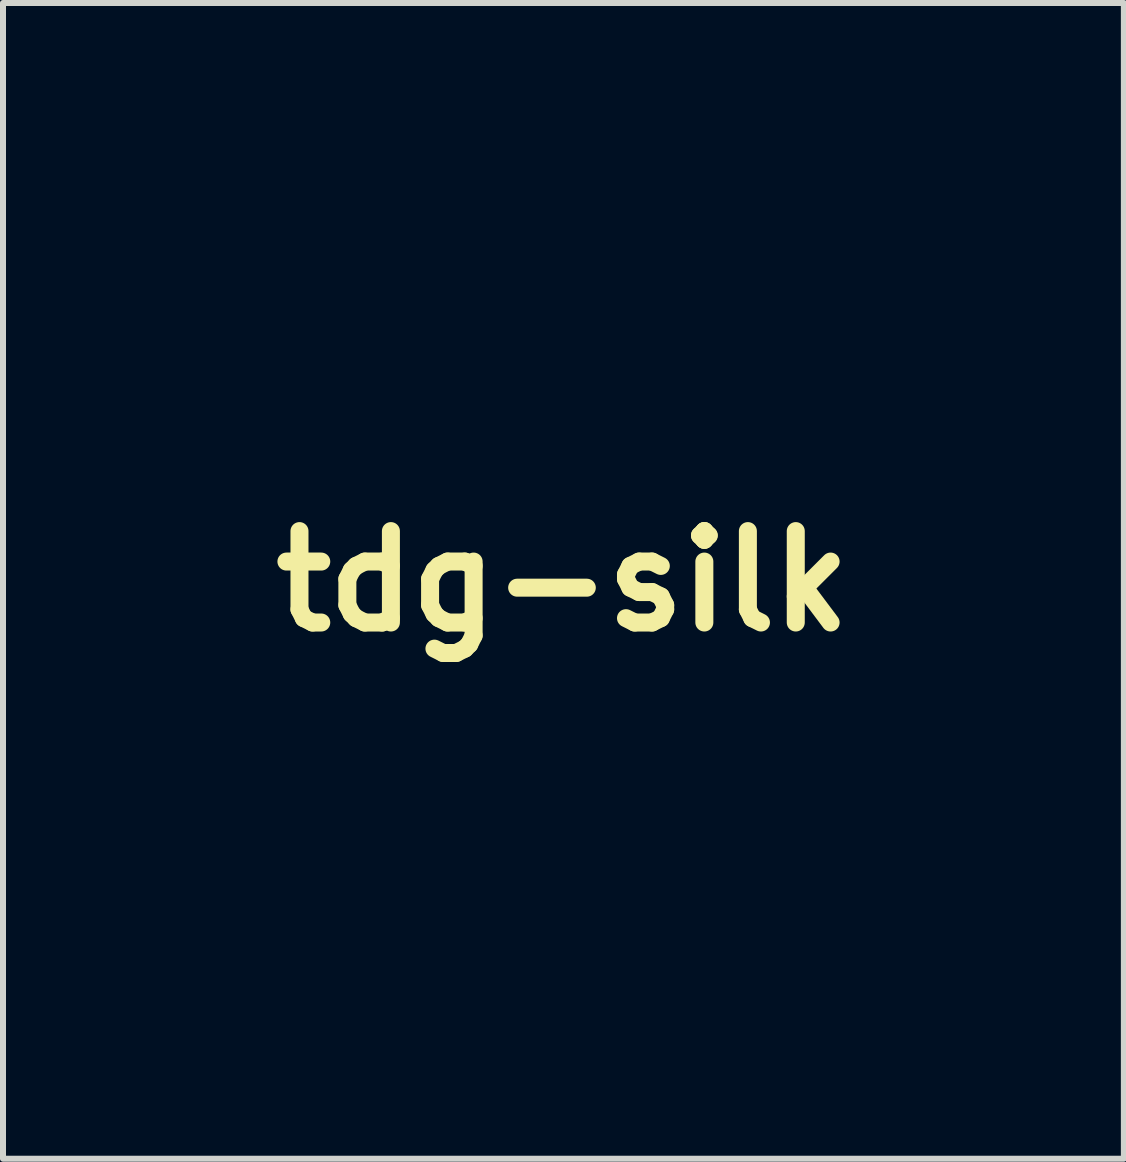
<source format=kicad_pcb>
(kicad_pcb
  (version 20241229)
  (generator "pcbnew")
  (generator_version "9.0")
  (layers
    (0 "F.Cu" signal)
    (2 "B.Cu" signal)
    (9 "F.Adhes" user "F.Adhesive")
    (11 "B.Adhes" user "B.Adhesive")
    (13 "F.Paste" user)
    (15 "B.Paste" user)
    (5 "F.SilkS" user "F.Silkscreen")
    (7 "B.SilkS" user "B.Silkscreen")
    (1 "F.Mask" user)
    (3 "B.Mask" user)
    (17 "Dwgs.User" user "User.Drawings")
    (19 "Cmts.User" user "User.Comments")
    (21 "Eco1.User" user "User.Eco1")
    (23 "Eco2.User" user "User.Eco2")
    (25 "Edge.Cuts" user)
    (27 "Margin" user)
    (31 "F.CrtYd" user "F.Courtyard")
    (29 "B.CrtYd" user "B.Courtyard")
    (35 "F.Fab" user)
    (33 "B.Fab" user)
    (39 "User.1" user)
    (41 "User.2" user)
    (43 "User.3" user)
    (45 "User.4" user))
  (footprint "tdg-silk"
    (layer "F.Cu")
    (at 6.333 6.638)
    (property "Reference" "tdg-silk" (at 0 0 0) (layer "F.SilkS") (effects (font (size 1.524 1.524) (thickness 0.3))))
    (attr through_hole)
    (fp_poly (pts (xy -4.306 -0.351) (xy -4.215 -0.318) (xy -4.148 -0.251) (xy -4.133 -0.227) (xy -4.116 -0.187) (xy -4.105 -0.136) (xy -4.1 -0.065) (xy -4.099 0.035) (xy -4.099 0.077) (xy -4.105 0.252) (xy -4.117 0.459) (xy -4.134 0.693) (xy -4.156 0.948) (xy -4.182 1.221) (xy -4.212 1.506) (xy -4.245 1.798) (xy -4.28 2.092) (xy -4.316 2.384) (xy -4.354 2.667) (xy -4.393 2.939) (xy -4.432 3.192) (xy -4.469 3.424) (xy -4.506 3.628) (xy -4.541 3.799) (xy -4.573 3.933) (xy -4.632 4.108) (xy -4.706 4.251) (xy -4.792 4.36) (xy -4.888 4.431) (xy -4.917 4.444) (xy -5.013 4.463) (xy -5.123 4.461) (xy -5.228 4.439) (xy -5.26 4.426) (xy -5.342 4.374) (xy -5.433 4.291) (xy -5.525 4.186) (xy -5.61 4.067) (xy -5.645 4.011) (xy -5.747 3.828) (xy -5.852 3.622) (xy -5.957 3.404) (xy -6.057 3.183) (xy -6.147 2.97) (xy -6.223 2.773) (xy -6.276 2.621) (xy -6.309 2.505) (xy -6.315 2.466) (xy -5.63 2.466) (xy -5.624 2.59) (xy -5.6 2.677) (xy -5.568 2.743) (xy -5.521 2.821) (xy -5.466 2.905) (xy -5.408 2.985) (xy -5.353 3.055) (xy -5.307 3.107) (xy -5.275 3.132) (xy -5.27 3.133) (xy -5.246 3.119) (xy -5.223 3.096) (xy -5.194 3.053) (xy -5.172 2.997) (xy -5.155 2.92) (xy -5.145 2.819) (xy -5.138 2.687) (xy -5.136 2.52) (xy -5.136 2.455) (xy -5.138 2.28) (xy -5.143 2.135) (xy -5.151 2.011) (xy -5.165 1.897) (xy -5.181 1.791) (xy -5.2 1.691) (xy -5.219 1.607) (xy -5.235 1.546) (xy -5.246 1.519) (xy -5.263 1.518) (xy -5.287 1.545) (xy -5.32 1.603) (xy -5.362 1.695) (xy -5.416 1.823) (xy -5.438 1.877) (xy -5.479 1.981) (xy -5.522 2.086) (xy -5.56 2.177) (xy -5.575 2.212) (xy -5.613 2.335) (xy -5.63 2.466) (xy -6.315 2.466) (xy -6.327 2.403) (xy -6.328 2.308) (xy -6.312 2.211) (xy -6.276 2.105) (xy -6.219 1.983) (xy -6.139 1.837) (xy -6.11 1.786) (xy -5.95 1.469) (xy -5.818 1.13) (xy -5.719 0.778) (xy -5.657 0.427) (xy -5.652 0.383) (xy -5.632 0.239) (xy -5.608 0.13) (xy -5.578 0.05) (xy -5.538 -0.006) (xy -5.493 -0.042) (xy -5.449 -0.062) (xy -5.371 -0.091) (xy -5.267 -0.125) (xy -5.144 -0.163) (xy -5.011 -0.203) (xy -4.874 -0.242) (xy -4.741 -0.279) (xy -4.62 -0.31) (xy -4.518 -0.334) (xy -4.443 -0.349) (xy -4.423 -0.352) (xy -4.306 -0.351)) (stroke (width 0.01) (type solid)) (fill yes) (layer "F.Mask"))
    (fp_poly (pts (xy -2.819 -6.05) (xy -2.772 -6.044) (xy -2.748 -6.028) (xy -2.738 -5.99) (xy -2.735 -5.942) (xy -2.737 -5.889) (xy -2.748 -5.81) (xy -2.771 -5.702) (xy -2.804 -5.562) (xy -2.85 -5.386) (xy -2.854 -5.371) (xy -2.898 -5.208) (xy -2.943 -5.033) (xy -2.988 -4.858) (xy -3.028 -4.697) (xy -3.061 -4.562) (xy -3.064 -4.551) (xy -3.103 -4.391) (xy -3.136 -4.267) (xy -3.165 -4.175) (xy -3.191 -4.108) (xy -3.216 -4.063) (xy -3.243 -4.034) (xy -3.271 -4.017) (xy -3.313 -4.004) (xy -3.354 -4.01) (xy -3.409 -4.038) (xy -3.497 -4.077) (xy -3.568 -4.079) (xy -3.627 -4.046) (xy -3.636 -4.038) (xy -3.662 -4.006) (xy -3.684 -3.969) (xy -3.703 -3.921) (xy -3.722 -3.854) (xy -3.742 -3.764) (xy -3.764 -3.644) (xy -3.788 -3.505) (xy -3.849 -3.129) (xy -3.897 -2.788) (xy -3.933 -2.476) (xy -3.956 -2.189) (xy -3.968 -1.921) (xy -3.968 -1.668) (xy -3.958 -1.423) (xy -3.957 -1.412) (xy -3.948 -1.248) (xy -3.945 -1.119) (xy -3.95 -1.02) (xy -3.964 -0.944) (xy -3.988 -0.885) (xy -4.022 -0.837) (xy -4.064 -0.797) (xy -4.099 -0.777) (xy -4.167 -0.744) (xy -4.263 -0.701) (xy -4.381 -0.65) (xy -4.516 -0.593) (xy -4.663 -0.533) (xy -4.815 -0.471) (xy -4.967 -0.41) (xy -5.114 -0.353) (xy -5.25 -0.3) (xy -5.37 -0.256) (xy -5.467 -0.221) (xy -5.537 -0.199) (xy -5.573 -0.191) (xy -5.573 -0.191) (xy -5.631 -0.205) (xy -5.673 -0.233) (xy -5.701 -0.269) (xy -5.711 -0.31) (xy -5.703 -0.363) (xy -5.674 -0.437) (xy -5.631 -0.528) (xy -5.513 -0.778) (xy -5.393 -1.058) (xy -5.277 -1.359) (xy -5.166 -1.667) (xy -5.067 -1.973) (xy -4.982 -2.266) (xy -4.944 -2.413) (xy -4.915 -2.54) (xy -4.885 -2.677) (xy -4.856 -2.817) (xy -4.83 -2.953) (xy -4.807 -3.078) (xy -4.79 -3.187) (xy -4.778 -3.273) (xy -4.773 -3.329) (xy -4.775 -3.347) (xy -4.799 -3.364) (xy -4.841 -3.356) (xy -4.906 -3.321) (xy -4.95 -3.291) (xy -5.049 -3.235) (xy -5.132 -3.216) (xy -5.203 -3.235) (xy -5.258 -3.282) (xy -5.289 -3.33) (xy -5.307 -3.385) (xy -5.31 -3.454) (xy -5.299 -3.543) (xy -5.273 -3.66) (xy -5.238 -3.79) (xy -5.191 -3.955) (xy -5.149 -4.09) (xy -5.108 -4.205) (xy -5.066 -4.31) (xy -5.018 -4.415) (xy -4.971 -4.509) (xy -4.89 -4.655) (xy -4.797 -4.792) (xy -4.688 -4.922) (xy -4.561 -5.048) (xy -4.41 -5.176) (xy -4.233 -5.306) (xy -4.026 -5.444) (xy -3.784 -5.591) (xy -3.658 -5.665) (xy -3.456 -5.778) (xy -3.276 -5.874) (xy -3.12 -5.95) (xy -2.992 -6.005) (xy -2.893 -6.039) (xy -2.825 -6.05) (xy -2.819 -6.05)) (stroke (width 0.01) (type solid)) (fill yes) (layer "F.Mask"))
    (fp_poly (pts (xy -1.164 -6.624) (xy -1.025 -6.61) (xy -0.909 -6.583) (xy -0.862 -6.564) (xy -0.728 -6.476) (xy -0.609 -6.352) (xy -0.511 -6.198) (xy -0.435 -6.019) (xy -0.394 -5.863) (xy -0.37 -5.712) (xy -0.354 -5.536) (xy -0.345 -5.332) (xy -0.345 -5.1) (xy -0.353 -4.835) (xy -0.369 -4.537) (xy -0.393 -4.203) (xy -0.426 -3.829) (xy -0.436 -3.725) (xy -0.457 -3.478) (xy -0.475 -3.224) (xy -0.489 -2.968) (xy -0.499 -2.719) (xy -0.504 -2.481) (xy -0.506 -2.262) (xy -0.502 -2.069) (xy -0.495 -1.908) (xy -0.489 -1.842) (xy -0.474 -1.715) (xy -0.454 -1.569) (xy -0.433 -1.425) (xy -0.42 -1.346) (xy -0.395 -1.165) (xy -0.387 -1.015) (xy -0.396 -0.888) (xy -0.424 -0.777) (xy -0.443 -0.729) (xy -0.501 -0.62) (xy -0.57 -0.539) (xy -0.657 -0.484) (xy -0.768 -0.45) (xy -0.911 -0.433) (xy -0.974 -0.43) (xy -1.03 -0.429) (xy -1.085 -0.43) (xy -1.141 -0.433) (xy -1.205 -0.439) (xy -1.28 -0.449) (xy -1.371 -0.464) (xy -1.484 -0.484) (xy -1.622 -0.51) (xy -1.79 -0.542) (xy -1.992 -0.582) (xy -2.094 -0.603) (xy -2.345 -0.653) (xy -2.556 -0.697) (xy -2.729 -0.734) (xy -2.867 -0.766) (xy -2.972 -0.792) (xy -3.045 -0.814) (xy -3.088 -0.831) (xy -3.089 -0.831) (xy -3.16 -0.875) (xy -3.217 -0.928) (xy -3.259 -0.995) (xy -3.29 -1.081) (xy -3.309 -1.191) (xy -3.318 -1.33) (xy -3.319 -1.502) (xy -3.316 -1.651) (xy -3.31 -1.769) (xy -2.209 -1.769) (xy -2.189 -1.617) (xy -2.15 -1.505) (xy -2.088 -1.423) (xy -2.009 -1.372) (xy -1.922 -1.355) (xy -1.835 -1.375) (xy -1.806 -1.391) (xy -1.775 -1.414) (xy -1.75 -1.441) (xy -1.73 -1.477) (xy -1.716 -1.527) (xy -1.706 -1.595) (xy -1.699 -1.686) (xy -1.696 -1.806) (xy -1.694 -1.958) (xy -1.694 -2.142) (xy -1.696 -2.424) (xy -1.702 -2.665) (xy -1.712 -2.865) (xy -1.726 -3.025) (xy -1.743 -3.145) (xy -1.765 -3.228) (xy -1.791 -3.272) (xy -1.812 -3.281) (xy -1.838 -3.261) (xy -1.872 -3.207) (xy -1.912 -3.124) (xy -1.956 -3.018) (xy -2.001 -2.896) (xy -2.045 -2.763) (xy -2.086 -2.626) (xy -2.121 -2.491) (xy -2.136 -2.427) (xy -2.182 -2.175) (xy -2.207 -1.956) (xy -2.209 -1.769) (xy -3.31 -1.769) (xy -3.304 -1.906) (xy -3.284 -2.17) (xy -3.255 -2.445) (xy -3.218 -2.735) (xy -3.171 -3.044) (xy -3.113 -3.375) (xy -3.045 -3.732) (xy -2.966 -4.12) (xy -2.874 -4.54) (xy -2.783 -4.944) (xy -2.726 -5.186) (xy -2.676 -5.39) (xy -2.63 -5.562) (xy -2.587 -5.705) (xy -2.545 -5.825) (xy -2.502 -5.925) (xy -2.457 -6.01) (xy -2.408 -6.085) (xy -2.352 -6.154) (xy -2.29 -6.222) (xy -2.286 -6.225) (xy -2.126 -6.359) (xy -1.933 -6.47) (xy -1.714 -6.556) (xy -1.611 -6.585) (xy -1.469 -6.612) (xy -1.316 -6.624) (xy -1.164 -6.624)) (stroke (width 0.01) (type solid)) (fill yes) (layer "F.Mask"))
    (fp_poly (pts (xy 2.59 0.579) (xy 2.807 0.618) (xy 2.992 0.683) (xy 3.143 0.773) (xy 3.263 0.889) (xy 3.341 1.01) (xy 3.372 1.079) (xy 3.395 1.154) (xy 3.411 1.241) (xy 3.42 1.346) (xy 3.424 1.476) (xy 3.423 1.637) (xy 3.419 1.776) (xy 3.414 1.949) (xy 3.414 2.099) (xy 3.421 2.232) (xy 3.435 2.355) (xy 3.459 2.475) (xy 3.494 2.598) (xy 3.542 2.732) (xy 3.605 2.884) (xy 3.684 3.059) (xy 3.778 3.26) (xy 3.886 3.492) (xy 3.972 3.695) (xy 4.039 3.872) (xy 4.089 4.031) (xy 4.122 4.176) (xy 4.14 4.312) (xy 4.146 4.446) (xy 4.143 4.539) (xy 4.118 4.741) (xy 4.061 4.923) (xy 3.971 5.09) (xy 3.844 5.251) (xy 3.776 5.321) (xy 3.722 5.372) (xy 3.662 5.422) (xy 3.592 5.475) (xy 3.508 5.534) (xy 3.406 5.601) (xy 3.282 5.678) (xy 3.133 5.769) (xy 2.954 5.875) (xy 2.776 5.979) (xy 2.615 6.073) (xy 2.486 6.147) (xy 2.383 6.204) (xy 2.304 6.245) (xy 2.243 6.273) (xy 2.195 6.29) (xy 2.157 6.299) (xy 2.141 6.301) (xy 2.054 6.298) (xy 1.988 6.278) (xy 1.931 6.223) (xy 1.888 6.137) (xy 1.862 6.028) (xy 1.857 5.969) (xy 1.857 5.907) (xy 1.861 5.814) (xy 1.867 5.699) (xy 1.876 5.574) (xy 1.882 5.504) (xy 1.894 5.326) (xy 1.903 5.145) (xy 1.906 4.955) (xy 1.904 4.754) (xy 1.897 4.538) (xy 1.884 4.302) (xy 1.866 4.043) (xy 1.863 4.005) (xy 2.489 4.005) (xy 2.491 4.144) (xy 2.513 4.253) (xy 2.557 4.335) (xy 2.623 4.393) (xy 2.629 4.396) (xy 2.702 4.418) (xy 2.792 4.415) (xy 2.884 4.39) (xy 2.952 4.352) (xy 3.04 4.259) (xy 3.103 4.137) (xy 3.14 3.992) (xy 3.149 3.831) (xy 3.129 3.66) (xy 3.124 3.638) (xy 3.079 3.476) (xy 3.015 3.304) (xy 2.94 3.142) (xy 2.872 3.021) (xy 2.813 2.942) (xy 2.759 2.903) (xy 2.705 2.903) (xy 2.648 2.94) (xy 2.625 2.962) (xy 2.592 3.005) (xy 2.569 3.057) (xy 2.553 3.124) (xy 2.544 3.216) (xy 2.54 3.339) (xy 2.54 3.397) (xy 2.536 3.518) (xy 2.526 3.656) (xy 2.513 3.788) (xy 2.507 3.831) (xy 2.489 4.005) (xy 1.863 4.005) (xy 1.842 3.757) (xy 1.812 3.439) (xy 1.776 3.086) (xy 1.745 2.805) (xy 1.725 2.619) (xy 1.706 2.428) (xy 1.688 2.241) (xy 1.673 2.067) (xy 1.661 1.915) (xy 1.653 1.794) (xy 1.652 1.774) (xy 1.642 1.625) (xy 1.632 1.509) (xy 1.619 1.415) (xy 1.602 1.333) (xy 1.58 1.254) (xy 1.578 1.249) (xy 1.539 1.086) (xy 1.529 0.944) (xy 1.548 0.826) (xy 1.596 0.735) (xy 1.673 0.673) (xy 1.681 0.669) (xy 1.828 0.617) (xy 2.012 0.583) (xy 2.231 0.567) (xy 2.339 0.566) (xy 2.59 0.579)) (stroke (width 0.01) (type solid)) (fill yes) (layer "F.Mask"))
    (fp_poly (pts (xy -0.255 -0.133) (xy -0.089 -0.107) (xy -0.032 -0.096) (xy 0.131 -0.047) (xy 0.304 0.029) (xy 0.479 0.125) (xy 0.648 0.238) (xy 0.806 0.362) (xy 0.944 0.492) (xy 1.055 0.621) (xy 1.126 0.737) (xy 1.167 0.839) (xy 1.188 0.949) (xy 1.191 1.074) (xy 1.174 1.221) (xy 1.139 1.397) (xy 1.136 1.408) (xy 1.094 1.603) (xy 1.065 1.778) (xy 1.047 1.946) (xy 1.04 2.123) (xy 1.042 2.323) (xy 1.044 2.381) (xy 1.051 2.545) (xy 1.063 2.702) (xy 1.08 2.858) (xy 1.103 3.019) (xy 1.133 3.189) (xy 1.172 3.375) (xy 1.221 3.58) (xy 1.279 3.812) (xy 1.349 4.075) (xy 1.407 4.286) (xy 1.481 4.555) (xy 1.543 4.787) (xy 1.594 4.986) (xy 1.635 5.156) (xy 1.667 5.299) (xy 1.691 5.421) (xy 1.707 5.523) (xy 1.712 5.564) (xy 1.722 5.78) (xy 1.7 5.968) (xy 1.646 6.129) (xy 1.56 6.263) (xy 1.441 6.371) (xy 1.289 6.454) (xy 1.112 6.509) (xy 1.053 6.519) (xy 0.96 6.531) (xy 0.838 6.544) (xy 0.695 6.558) (xy 0.538 6.571) (xy 0.373 6.584) (xy 0.209 6.597) (xy 0.052 6.607) (xy -0.091 6.615) (xy -0.213 6.621) (xy -0.307 6.623) (xy -0.328 6.623) (xy -0.421 6.618) (xy -0.512 6.606) (xy -0.572 6.593) (xy -0.666 6.554) (xy -0.749 6.497) (xy -0.824 6.419) (xy -0.891 6.317) (xy -0.951 6.188) (xy -1.007 6.028) (xy -1.059 5.836) (xy -1.109 5.608) (xy -1.158 5.341) (xy -1.164 5.302) (xy -1.209 5.021) (xy -1.243 4.769) (xy -1.255 4.663) (xy -0.272 4.663) (xy -0.265 4.769) (xy -0.243 4.849) (xy -0.205 4.905) (xy -0.164 4.935) (xy -0.111 4.956) (xy -0.032 4.977) (xy 0.059 4.996) (xy 0.147 5.01) (xy 0.204 5.014) (xy 0.265 5.003) (xy 0.324 4.961) (xy 0.336 4.949) (xy 0.407 4.861) (xy 0.457 4.758) (xy 0.49 4.636) (xy 0.504 4.488) (xy 0.502 4.31) (xy 0.488 4.136) (xy 0.472 3.999) (xy 0.453 3.858) (xy 0.432 3.722) (xy 0.41 3.598) (xy 0.389 3.493) (xy 0.37 3.417) (xy 0.356 3.379) (xy 0.331 3.344) (xy 0.284 3.289) (xy 0.224 3.222) (xy 0.189 3.186) (xy 0.109 3.096) (xy 0.043 3.008) (xy 0.001 2.934) (xy -0.000178 2.932) (xy -0.046 2.826) (xy -0.086 2.876) (xy -0.116 2.934) (xy -0.127 2.992) (xy -0.129 3.052) (xy -0.135 3.147) (xy -0.143 3.27) (xy -0.154 3.412) (xy -0.167 3.567) (xy -0.181 3.727) (xy -0.195 3.885) (xy -0.208 4.033) (xy -0.221 4.164) (xy -0.233 4.27) (xy -0.242 4.345) (xy -0.243 4.35) (xy -0.265 4.524) (xy -0.272 4.663) (xy -1.255 4.663) (xy -1.269 4.532) (xy -1.288 4.299) (xy -1.301 4.057) (xy -1.305 3.916) (xy -1.309 3.767) (xy -1.309 3.634) (xy -1.306 3.512) (xy -1.298 3.394) (xy -1.285 3.273) (xy -1.266 3.142) (xy -1.24 2.996) (xy -1.206 2.826) (xy -1.164 2.628) (xy -1.121 2.434) (xy -1.067 2.185) (xy -1.024 1.971) (xy -0.992 1.789) (xy -0.971 1.635) (xy -0.961 1.503) (xy -0.961 1.39) (xy -0.971 1.291) (xy -0.991 1.201) (xy -1.02 1.116) (xy -1.037 1.076) (xy -1.068 0.975) (xy -1.077 0.859) (xy -1.062 0.724) (xy -1.024 0.567) (xy -0.96 0.382) (xy -0.887 0.204) (xy -0.834 0.09) (xy -0.788 0.009) (xy -0.742 -0.048) (xy -0.689 -0.088) (xy -0.622 -0.118) (xy -0.621 -0.119) (xy -0.528 -0.139) (xy -0.404 -0.144) (xy -0.255 -0.133)) (stroke (width 0.01) (type solid)) (fill yes) (layer "F.Mask"))
    (fp_poly (pts (xy 2.926 -5.795) (xy 3.075 -5.74) (xy 3.125 -5.717) (xy 3.495 -5.518) (xy 3.854 -5.281) (xy 4.198 -5.009) (xy 4.498 -4.731) (xy 4.678 -4.546) (xy 4.824 -4.38) (xy 4.938 -4.232) (xy 5.024 -4.099) (xy 5.081 -3.976) (xy 5.114 -3.862) (xy 5.122 -3.765) (xy 5.115 -3.671) (xy 5.091 -3.607) (xy 5.044 -3.562) (xy 5.017 -3.546) (xy 4.955 -3.522) (xy 4.888 -3.517) (xy 4.809 -3.531) (xy 4.709 -3.567) (xy 4.608 -3.612) (xy 4.513 -3.655) (xy 4.444 -3.683) (xy 4.39 -3.698) (xy 4.342 -3.702) (xy 4.289 -3.698) (xy 4.284 -3.698) (xy 4.156 -3.67) (xy 4.049 -3.618) (xy 3.966 -3.546) (xy 3.915 -3.46) (xy 3.9 -3.364) (xy 3.901 -3.348) (xy 3.922 -3.258) (xy 3.962 -3.159) (xy 4.017 -3.056) (xy 4.081 -2.959) (xy 4.148 -2.876) (xy 4.215 -2.812) (xy 4.274 -2.777) (xy 4.299 -2.773) (xy 4.348 -2.782) (xy 4.405 -2.811) (xy 4.478 -2.865) (xy 4.535 -2.914) (xy 4.616 -2.97) (xy 4.691 -2.987) (xy 4.766 -2.964) (xy 4.847 -2.901) (xy 4.855 -2.893) (xy 4.933 -2.799) (xy 5.003 -2.682) (xy 5.064 -2.552) (xy 5.111 -2.417) (xy 5.143 -2.287) (xy 5.155 -2.169) (xy 5.145 -2.074) (xy 5.137 -2.049) (xy 5.107 -1.998) (xy 5.065 -1.967) (xy 5.004 -1.956) (xy 4.917 -1.963) (xy 4.798 -1.988) (xy 4.795 -1.988) (xy 4.678 -2.014) (xy 4.594 -2.028) (xy 4.535 -2.028) (xy 4.491 -2.016) (xy 4.456 -1.989) (xy 4.438 -1.969) (xy 4.404 -1.911) (xy 4.371 -1.825) (xy 4.343 -1.725) (xy 4.324 -1.625) (xy 4.318 -1.545) (xy 4.337 -1.443) (xy 4.391 -1.361) (xy 4.48 -1.301) (xy 4.602 -1.264) (xy 4.689 -1.253) (xy 4.873 -1.262) (xy 5.05 -1.309) (xy 5.213 -1.39) (xy 5.359 -1.502) (xy 5.483 -1.64) (xy 5.579 -1.801) (xy 5.642 -1.981) (xy 5.651 -2.021) (xy 5.684 -2.139) (xy 5.727 -2.217) (xy 5.781 -2.255) (xy 5.849 -2.256) (xy 5.903 -2.234) (xy 5.938 -2.213) (xy 5.968 -2.184) (xy 5.994 -2.142) (xy 6.019 -2.082) (xy 6.045 -1.999) (xy 6.074 -1.886) (xy 6.11 -1.737) (xy 6.115 -1.712) (xy 6.161 -1.507) (xy 6.194 -1.333) (xy 6.218 -1.178) (xy 6.234 -1.033) (xy 6.242 -0.887) (xy 6.244 -0.735) (xy 6.243 -0.612) (xy 6.235 -0.513) (xy 6.217 -0.434) (xy 6.184 -0.37) (xy 6.132 -0.317) (xy 6.056 -0.268) (xy 5.953 -0.22) (xy 5.816 -0.167) (xy 5.683 -0.12) (xy 5.582 -0.085) (xy 5.451 -0.041) (xy 5.299 0.009) (xy 5.136 0.062) (xy 4.973 0.114) (xy 4.889 0.14) (xy 4.691 0.201) (xy 4.527 0.248) (xy 4.393 0.281) (xy 4.284 0.303) (xy 4.195 0.313) (xy 4.121 0.312) (xy 4.057 0.301) (xy 4.014 0.288) (xy 3.887 0.219) (xy 3.783 0.115) (xy 3.702 -0.02) (xy 3.648 -0.182) (xy 3.643 -0.206) (xy 3.634 -0.273) (xy 3.627 -0.37) (xy 3.622 -0.484) (xy 3.619 -0.602) (xy 3.619 -0.612) (xy 3.608 -1.027) (xy 3.573 -1.452) (xy 3.518 -1.877) (xy 3.443 -2.297) (xy 3.35 -2.701) (xy 3.241 -3.082) (xy 3.116 -3.432) (xy 3.104 -3.461) (xy 3.034 -3.643) (xy 2.979 -3.802) (xy 2.936 -3.953) (xy 2.901 -4.11) (xy 2.88 -4.223) (xy 2.816 -4.555) (xy 2.745 -4.866) (xy 2.668 -5.145) (xy 2.646 -5.218) (xy 2.603 -5.355) (xy 2.573 -5.46) (xy 2.555 -5.539) (xy 2.549 -5.599) (xy 2.552 -5.647) (xy 2.564 -5.689) (xy 2.568 -5.7) (xy 2.619 -5.77) (xy 2.696 -5.81) (xy 2.799 -5.818) (xy 2.926 -5.795)) (stroke (width 0.01) (type solid)) (fill yes) (layer "F.Mask"))
    (fp_poly (pts (xy 6.268 -0.075) (xy 6.309 -0.042) (xy 6.335 0.023) (xy 6.347 0.121) (xy 6.346 0.255) (xy 6.335 0.426) (xy 6.328 0.497) (xy 6.302 0.718) (xy 6.266 0.917) (xy 6.217 1.107) (xy 6.151 1.3) (xy 6.066 1.506) (xy 5.988 1.675) (xy 5.919 1.823) (xy 5.869 1.941) (xy 5.838 2.038) (xy 5.824 2.12) (xy 5.827 2.195) (xy 5.846 2.271) (xy 5.879 2.355) (xy 5.897 2.395) (xy 5.939 2.489) (xy 5.964 2.562) (xy 5.976 2.629) (xy 5.98 2.706) (xy 5.98 2.711) (xy 5.977 2.77) (xy 5.968 2.828) (xy 5.95 2.89) (xy 5.922 2.958) (xy 5.881 3.037) (xy 5.824 3.131) (xy 5.75 3.244) (xy 5.656 3.38) (xy 5.54 3.544) (xy 5.445 3.676) (xy 5.34 3.822) (xy 5.235 3.97) (xy 5.134 4.113) (xy 5.043 4.243) (xy 4.967 4.354) (xy 4.91 4.439) (xy 4.903 4.449) (xy 4.819 4.575) (xy 4.75 4.669) (xy 4.693 4.735) (xy 4.642 4.779) (xy 4.592 4.804) (xy 4.539 4.816) (xy 4.526 4.818) (xy 4.457 4.818) (xy 4.399 4.81) (xy 4.388 4.806) (xy 4.348 4.782) (xy 4.318 4.747) (xy 4.297 4.693) (xy 4.283 4.614) (xy 4.273 4.503) (xy 4.268 4.413) (xy 4.261 4.283) (xy 4.25 4.176) (xy 4.233 4.08) (xy 4.207 3.986) (xy 4.168 3.881) (xy 4.115 3.755) (xy 4.079 3.672) (xy 3.999 3.489) (xy 3.94 3.34) (xy 3.902 3.226) (xy 3.886 3.148) (xy 3.891 3.106) (xy 3.892 3.104) (xy 3.909 3.096) (xy 3.942 3.097) (xy 3.997 3.109) (xy 4.079 3.134) (xy 4.194 3.172) (xy 4.216 3.179) (xy 4.356 3.228) (xy 4.46 3.268) (xy 4.531 3.304) (xy 4.572 3.337) (xy 4.589 3.373) (xy 4.584 3.414) (xy 4.561 3.465) (xy 4.547 3.49) (xy 4.501 3.571) (xy 4.552 3.673) (xy 4.599 3.754) (xy 4.64 3.796) (xy 4.68 3.803) (xy 4.721 3.777) (xy 4.791 3.69) (xy 4.833 3.588) (xy 4.843 3.481) (xy 4.821 3.381) (xy 4.805 3.349) (xy 4.763 3.295) (xy 4.706 3.248) (xy 4.626 3.206) (xy 4.516 3.163) (xy 4.424 3.133) (xy 4.245 3.068) (xy 4.102 2.991) (xy 3.988 2.898) (xy 3.897 2.784) (xy 3.844 2.693) (xy 3.809 2.619) (xy 3.778 2.545) (xy 3.75 2.467) (xy 3.726 2.379) (xy 3.703 2.278) (xy 3.681 2.157) (xy 3.658 2.013) (xy 3.634 1.839) (xy 3.608 1.632) (xy 3.587 1.461) (xy 3.563 1.249) (xy 3.544 1.074) (xy 3.532 0.933) (xy 3.525 0.819) (xy 3.524 0.728) (xy 3.529 0.656) (xy 3.54 0.599) (xy 3.556 0.551) (xy 3.568 0.526) (xy 3.6 0.481) (xy 3.631 0.458) (xy 3.692 0.447) (xy 3.786 0.448) (xy 3.904 0.461) (xy 3.99 0.474) (xy 4.084 0.488) (xy 4.157 0.489) (xy 4.231 0.478) (xy 4.255 0.472) (xy 4.409 0.436) (xy 4.528 0.411) (xy 4.617 0.399) (xy 4.681 0.399) (xy 4.726 0.412) (xy 4.756 0.438) (xy 4.777 0.478) (xy 4.783 0.496) (xy 4.794 0.542) (xy 4.796 0.596) (xy 4.79 0.666) (xy 4.774 0.759) (xy 4.748 0.882) (xy 4.726 0.974) (xy 4.703 1.079) (xy 4.688 1.167) (xy 4.681 1.253) (xy 4.68 1.352) (xy 4.682 1.46) (xy 4.691 1.609) (xy 4.706 1.724) (xy 4.73 1.813) (xy 4.765 1.885) (xy 4.811 1.944) (xy 4.886 2.003) (xy 4.966 2.022) (xy 5.029 2.01) (xy 5.087 1.983) (xy 5.136 1.939) (xy 5.182 1.872) (xy 5.227 1.776) (xy 5.276 1.647) (xy 5.295 1.592) (xy 5.333 1.475) (xy 5.358 1.384) (xy 5.374 1.308) (xy 5.382 1.233) (xy 5.385 1.149) (xy 5.386 1.122) (xy 5.38 0.977) (xy 5.356 0.86) (xy 5.31 0.76) (xy 5.236 0.664) (xy 5.164 0.591) (xy 5.086 0.509) (xy 5.045 0.441) (xy 5.041 0.383) (xy 5.076 0.333) (xy 5.151 0.289) (xy 5.266 0.248) (xy 5.318 0.234) (xy 5.556 0.168) (xy 5.753 0.106) (xy 5.911 0.048) (xy 6.031 -0.006) (xy 6.043 -0.013) (xy 6.137 -0.059) (xy 6.211 -0.08) (xy 6.268 -0.075)) (stroke (width 0.01) (type solid)) (fill yes) (layer "F.Mask"))
    (fp_poly (pts (xy -3.2 -0.634) (xy -3.128 -0.621) (xy -3.027 -0.599) (xy -2.908 -0.571) (xy -2.784 -0.54) (xy -2.741 -0.53) (xy -2.596 -0.492) (xy -2.475 -0.463) (xy -2.366 -0.439) (xy -2.26 -0.419) (xy -2.146 -0.401) (xy -2.013 -0.383) (xy -1.85 -0.363) (xy -1.82 -0.359) (xy -1.697 -0.343) (xy -1.584 -0.327) (xy -1.489 -0.312) (xy -1.421 -0.299) (xy -1.397 -0.293) (xy -1.281 -0.237) (xy -1.19 -0.152) (xy -1.129 -0.046) (xy -1.103 0.073) (xy -1.102 0.095) (xy -1.108 0.15) (xy -1.125 0.233) (xy -1.15 0.332) (xy -1.173 0.413) (xy -1.234 0.619) (xy -1.285 0.79) (xy -1.327 0.934) (xy -1.36 1.055) (xy -1.388 1.161) (xy -1.412 1.256) (xy -1.433 1.348) (xy -1.453 1.443) (xy -1.461 1.482) (xy -1.492 1.644) (xy -1.518 1.796) (xy -1.54 1.943) (xy -1.557 2.093) (xy -1.571 2.25) (xy -1.581 2.42) (xy -1.588 2.61) (xy -1.593 2.824) (xy -1.595 3.069) (xy -1.596 3.35) (xy -1.596 3.355) (xy -1.595 3.651) (xy -1.593 3.911) (xy -1.588 4.141) (xy -1.582 4.347) (xy -1.573 4.536) (xy -1.563 4.713) (xy -1.559 4.763) (xy -1.543 4.972) (xy -1.53 5.145) (xy -1.518 5.285) (xy -1.507 5.399) (xy -1.496 5.491) (xy -1.484 5.566) (xy -1.469 5.63) (xy -1.452 5.687) (xy -1.432 5.743) (xy -1.407 5.803) (xy -1.376 5.872) (xy -1.373 5.878) (xy -1.306 6.044) (xy -1.265 6.18) (xy -1.251 6.288) (xy -1.263 6.372) (xy -1.303 6.435) (xy -1.371 6.479) (xy -1.414 6.494) (xy -1.523 6.514) (xy -1.654 6.514) (xy -1.813 6.492) (xy -1.884 6.478) (xy -2.01 6.448) (xy -2.152 6.409) (xy -2.298 6.366) (xy -2.438 6.322) (xy -2.562 6.279) (xy -2.659 6.241) (xy -2.684 6.23) (xy -2.825 6.146) (xy -2.93 6.047) (xy -2.998 5.937) (xy -3.03 5.852) (xy -3.044 5.762) (xy -3.042 5.658) (xy -3.024 5.531) (xy -2.995 5.401) (xy -2.957 5.212) (xy -2.944 5.057) (xy -2.955 4.935) (xy -2.971 4.883) (xy -3.021 4.805) (xy -3.093 4.738) (xy -3.174 4.695) (xy -3.194 4.689) (xy -3.267 4.691) (xy -3.341 4.719) (xy -3.397 4.767) (xy -3.407 4.782) (xy -3.427 4.857) (xy -3.426 4.959) (xy -3.404 5.081) (xy -3.365 5.207) (xy -3.317 5.369) (xy -3.302 5.505) (xy -3.32 5.613) (xy -3.37 5.696) (xy -3.442 5.746) (xy -3.533 5.772) (xy -3.639 5.768) (xy -3.766 5.734) (xy -3.914 5.672) (xy -4.056 5.598) (xy -4.186 5.517) (xy -4.313 5.421) (xy -4.447 5.304) (xy -4.596 5.159) (xy -4.599 5.156) (xy -4.711 5.039) (xy -4.794 4.945) (xy -4.848 4.868) (xy -4.876 4.802) (xy -4.879 4.743) (xy -4.859 4.685) (xy -4.817 4.623) (xy -4.783 4.581) (xy -4.738 4.527) (xy -4.698 4.471) (xy -4.66 4.41) (xy -4.624 4.339) (xy -4.589 4.255) (xy -4.552 4.154) (xy -4.513 4.033) (xy -4.471 3.887) (xy -4.43 3.737) (xy -3.214 3.737) (xy -3.207 4.068) (xy -3.147 4.119) (xy -3.08 4.161) (xy -3.02 4.163) (xy -2.962 4.124) (xy -2.955 4.118) (xy -2.925 4.078) (xy -2.899 4.027) (xy -2.878 3.958) (xy -2.858 3.865) (xy -2.838 3.741) (xy -2.824 3.641) (xy -2.81 3.513) (xy -2.8 3.366) (xy -2.793 3.205) (xy -2.788 3.038) (xy -2.787 2.87) (xy -2.789 2.707) (xy -2.793 2.556) (xy -2.801 2.423) (xy -2.811 2.315) (xy -2.824 2.237) (xy -2.837 2.2) (xy -2.856 2.182) (xy -2.885 2.187) (xy -2.915 2.202) (xy -2.972 2.244) (xy -3.017 2.304) (xy -3.055 2.388) (xy -3.088 2.503) (xy -3.11 2.608) (xy -3.176 3.025) (xy -3.209 3.421) (xy -3.214 3.737) (xy -4.43 3.737) (xy -4.424 3.714) (xy -4.37 3.51) (xy -4.31 3.27) (xy -4.267 3.098) (xy -4.189 2.783) (xy -4.122 2.504) (xy -4.065 2.255) (xy -4.017 2.031) (xy -3.977 1.826) (xy -3.944 1.635) (xy -3.918 1.453) (xy -3.897 1.274) (xy -3.881 1.093) (xy -3.869 0.905) (xy -3.86 0.704) (xy -3.853 0.487) (xy -3.847 0.303) (xy -3.842 0.156) (xy -3.837 0.04) (xy -3.831 -0.051) (xy -3.824 -0.122) (xy -3.815 -0.18) (xy -3.805 -0.229) (xy -3.791 -0.276) (xy -3.788 -0.286) (xy -3.727 -0.428) (xy -3.644 -0.534) (xy -3.539 -0.605) (xy -3.41 -0.64) (xy -3.257 -0.641) (xy -3.2 -0.634)) (stroke (width 0.01) (type solid)) (fill yes) (layer "F.Mask"))
    (fp_poly (pts (xy 0.544 -6.612) (xy 0.689 -6.552) (xy 0.815 -6.457) (xy 0.917 -6.326) (xy 0.922 -6.317) (xy 0.968 -6.229) (xy 1.009 -6.127) (xy 1.046 -6.007) (xy 1.079 -5.864) (xy 1.11 -5.696) (xy 1.139 -5.497) (xy 1.168 -5.264) (xy 1.195 -5.006) (xy 1.219 -4.771) (xy 1.241 -4.573) (xy 1.262 -4.406) (xy 1.283 -4.264) (xy 1.306 -4.141) (xy 1.332 -4.032) (xy 1.362 -3.93) (xy 1.397 -3.831) (xy 1.439 -3.728) (xy 1.489 -3.616) (xy 1.514 -3.563) (xy 1.57 -3.449) (xy 1.633 -3.329) (xy 1.702 -3.208) (xy 1.771 -3.091) (xy 1.839 -2.984) (xy 1.901 -2.892) (xy 1.954 -2.82) (xy 1.995 -2.773) (xy 2.021 -2.757) (xy 2.025 -2.758) (xy 2.028 -2.786) (xy 2.024 -2.847) (xy 2.012 -2.934) (xy 1.995 -3.04) (xy 1.974 -3.156) (xy 1.949 -3.276) (xy 1.926 -3.376) (xy 1.901 -3.473) (xy 1.866 -3.601) (xy 1.823 -3.748) (xy 1.777 -3.905) (xy 1.729 -4.06) (xy 1.714 -4.106) (xy 1.635 -4.359) (xy 1.57 -4.577) (xy 1.517 -4.766) (xy 1.475 -4.932) (xy 1.443 -5.081) (xy 1.419 -5.217) (xy 1.403 -5.346) (xy 1.394 -5.475) (xy 1.39 -5.607) (xy 1.39 -5.662) (xy 1.394 -5.859) (xy 1.408 -6.018) (xy 1.434 -6.141) (xy 1.472 -6.233) (xy 1.524 -6.295) (xy 1.591 -6.332) (xy 1.634 -6.343) (xy 1.737 -6.339) (xy 1.835 -6.294) (xy 1.927 -6.21) (xy 2.013 -6.09) (xy 2.09 -5.934) (xy 2.157 -5.745) (xy 2.209 -5.546) (xy 2.221 -5.493) (xy 2.23 -5.443) (xy 2.237 -5.391) (xy 2.242 -5.331) (xy 2.246 -5.26) (xy 2.249 -5.172) (xy 2.25 -5.062) (xy 2.251 -4.925) (xy 2.25 -4.757) (xy 2.249 -4.553) (xy 2.248 -4.49) (xy 2.247 -4.248) (xy 2.247 -4.044) (xy 2.248 -3.872) (xy 2.252 -3.727) (xy 2.257 -3.604) (xy 2.265 -3.497) (xy 2.277 -3.402) (xy 2.291 -3.313) (xy 2.309 -3.226) (xy 2.331 -3.135) (xy 2.34 -3.099) (xy 2.371 -2.99) (xy 2.407 -2.877) (xy 2.453 -2.754) (xy 2.508 -2.617) (xy 2.576 -2.46) (xy 2.658 -2.28) (xy 2.757 -2.07) (xy 2.836 -1.906) (xy 2.944 -1.679) (xy 3.034 -1.485) (xy 3.108 -1.317) (xy 3.17 -1.169) (xy 3.219 -1.037) (xy 3.26 -0.914) (xy 3.295 -0.796) (xy 3.3 -0.776) (xy 3.344 -0.577) (xy 3.371 -0.385) (xy 3.382 -0.205) (xy 3.376 -0.046) (xy 3.353 0.086) (xy 3.335 0.139) (xy 3.298 0.213) (xy 3.254 0.271) (xy 3.197 0.315) (xy 3.122 0.346) (xy 3.025 0.366) (xy 2.9 0.376) (xy 2.742 0.378) (xy 2.584 0.375) (xy 2.405 0.369) (xy 2.263 0.358) (xy 2.15 0.344) (xy 2.061 0.323) (xy 1.99 0.295) (xy 1.93 0.259) (xy 1.895 0.231) (xy 1.852 0.187) (xy 1.82 0.137) (xy 1.799 0.074) (xy 1.784 -0.011) (xy 1.774 -0.126) (xy 1.771 -0.191) (xy 1.761 -0.312) (xy 1.742 -0.468) (xy 1.716 -0.653) (xy 1.684 -0.858) (xy 1.646 -1.079) (xy 1.605 -1.308) (xy 1.561 -1.538) (xy 1.516 -1.764) (xy 1.471 -1.978) (xy 1.427 -2.174) (xy 1.385 -2.346) (xy 1.347 -2.487) (xy 1.33 -2.54) (xy 1.298 -2.629) (xy 1.256 -2.724) (xy 1.21 -2.819) (xy 1.164 -2.905) (xy 1.12 -2.977) (xy 1.083 -3.027) (xy 1.056 -3.048) (xy 1.049 -3.046) (xy 1.047 -3.021) (xy 1.05 -2.961) (xy 1.057 -2.871) (xy 1.067 -2.76) (xy 1.081 -2.632) (xy 1.097 -2.495) (xy 1.114 -2.355) (xy 1.131 -2.219) (xy 1.149 -2.093) (xy 1.155 -2.053) (xy 1.18 -1.899) (xy 1.207 -1.745) (xy 1.237 -1.585) (xy 1.273 -1.41) (xy 1.314 -1.214) (xy 1.364 -0.99) (xy 1.406 -0.804) (xy 1.468 -0.519) (xy 1.515 -0.268) (xy 1.547 -0.052) (xy 1.565 0.126) (xy 1.567 0.267) (xy 1.554 0.37) (xy 1.553 0.377) (xy 1.518 0.431) (xy 1.454 0.467) (xy 1.369 0.483) (xy 1.275 0.478) (xy 1.179 0.449) (xy 1.175 0.447) (xy 1.128 0.421) (xy 1.056 0.374) (xy 0.967 0.313) (xy 0.87 0.242) (xy 0.826 0.209) (xy 0.71 0.125) (xy 0.583 0.037) (xy 0.457 -0.046) (xy 0.348 -0.114) (xy 0.332 -0.124) (xy 0.199 -0.204) (xy 0.098 -0.271) (xy 0.026 -0.329) (xy -0.024 -0.383) (xy -0.055 -0.435) (xy -0.067 -0.468) (xy -0.074 -0.52) (xy -0.078 -0.61) (xy -0.079 -0.736) (xy -0.076 -0.894) (xy -0.071 -1.082) (xy -0.062 -1.296) (xy -0.051 -1.532) (xy -0.037 -1.787) (xy -0.02 -2.059) (xy -0.001 -2.344) (xy 0.02 -2.638) (xy 0.021 -2.646) (xy 0.051 -3.065) (xy 0.076 -3.446) (xy 0.095 -3.793) (xy 0.109 -4.11) (xy 0.117 -4.401) (xy 0.12 -4.671) (xy 0.117 -4.922) (xy 0.109 -5.16) (xy 0.096 -5.389) (xy 0.077 -5.611) (xy 0.053 -5.833) (xy 0.051 -5.853) (xy 0.031 -6.061) (xy 0.027 -6.232) (xy 0.041 -6.369) (xy 0.073 -6.475) (xy 0.124 -6.551) (xy 0.196 -6.601) (xy 0.29 -6.627) (xy 0.382 -6.633) (xy 0.544 -6.612)) (stroke (width 0.01) (type solid)) (fill yes) (layer "F.Mask")))
  (gr_rect
    (start -3 -3)
    (end 15.685 16.266)
    (stroke (width 0.1) (type default))
    (fill no)
    (layer "Edge.Cuts")))
</source>
